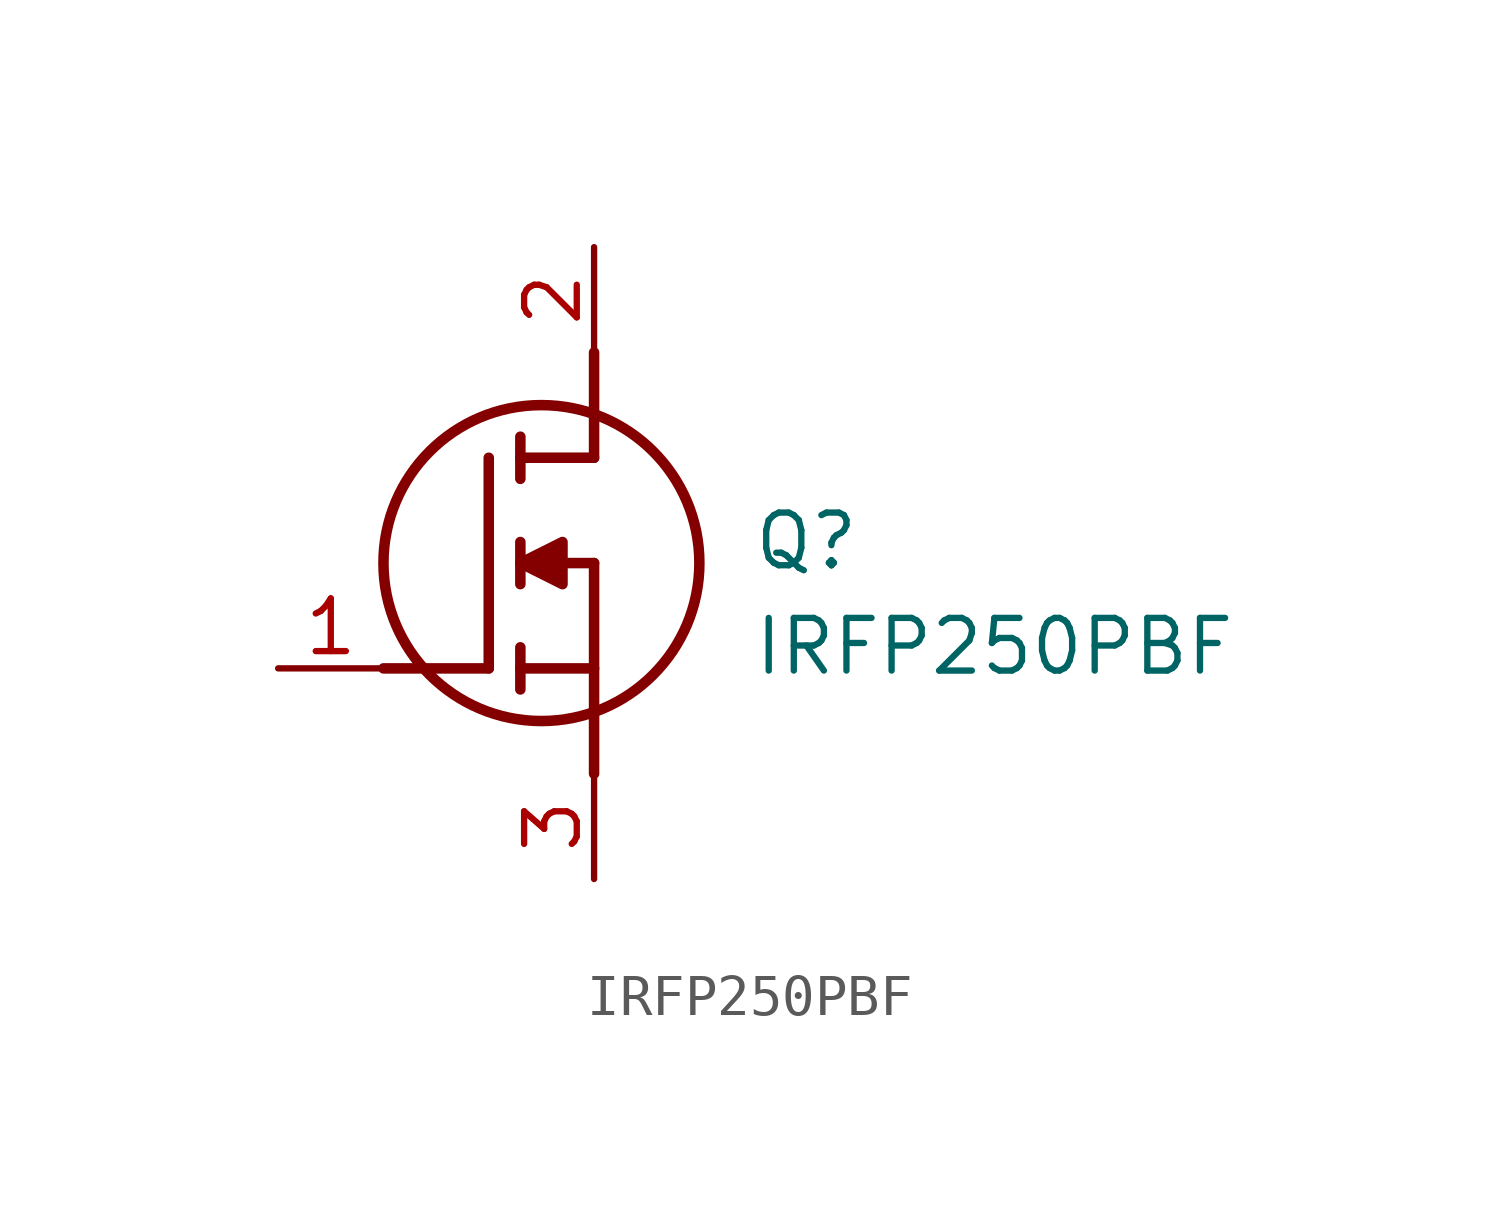
<source format=kicad_sym>
(kicad_symbol_lib
  (version 20211014)
  (generator SamacSys_ECAD_Model)
  (symbol "IRFP250PBF"
    (pin_names hide)
    (property "Reference" "Q"
      (at 11.43 3.81 0)
      (effects (font (size 1.27 1.27)) (justify left top)))
    (property "Value" "IRFP250PBF"
      (at 11.43 1.27 0)
      (effects (font (size 1.27 1.27)) (justify left top)))
    (polyline
      (pts (xy 7.62 2.54) (xy 7.62 -2.54))
      (stroke (width 0.254) (type default))
      (fill (type none)))
    (polyline
      (pts (xy 7.62 5.08) (xy 7.62 7.62))
      (stroke (width 0.254) (type default))
      (fill (type none)))
    (polyline
      (pts (xy 2.54 0) (xy 5.08 0))
      (stroke (width 0.254) (type default))
      (fill (type none)))
    (polyline
      (pts (xy 5.08 5.08) (xy 5.08 0))
      (stroke (width 0.254) (type default))
      (fill (type none)))
    (polyline
      (pts (xy 7.62 2.54) (xy 5.842 2.54))
      (stroke (width 0.254) (type default))
      (fill (type none)))
    (polyline
      (pts (xy 7.62 5.08) (xy 5.842 5.08))
      (stroke (width 0.254) (type default))
      (fill (type none)))
    (polyline
      (pts (xy 5.842 0) (xy 7.62 0))
      (stroke (width 0.254) (type default))
      (fill (type none)))
    (polyline
      (pts (xy 5.842 5.588) (xy 5.842 4.572))
      (stroke (width 0.254) (type default))
      (fill (type none)))
    (polyline
      (pts (xy 5.842 -0.508) (xy 5.842 0.508))
      (stroke (width 0.254) (type default))
      (fill (type none)))
    (polyline
      (pts (xy 5.842 2.032) (xy 5.842 3.048))
      (stroke (width 0.254) (type default))
      (fill (type none)))
    (circle
      (center 6.35 2.54)
      (radius 3.81)
      (stroke (width 0.254) (type default))
      (fill (type none)))
    (polyline
      (pts (xy 5.842 2.54) (xy 6.858 3.048) (xy 6.858 2.032) (xy 5.842 2.54))
      (stroke (width 0.254) (type default))
      (fill (type outline)))
    (pin passive line
      (at 0 0 0)
      (length 2.54)
      (name "G" (effects (font (size 1.27 1.27))))
      (number "1" (effects (font (size 1.27 1.27)))))
    (pin passive line
      (at 7.62 10.16 270)
      (length 2.54)
      (name "D" (effects (font (size 1.27 1.27))))
      (number "2" (effects (font (size 1.27 1.27)))))
    (pin passive line
      (at 7.62 -5.08 90)
      (length 2.54)
      (name "S" (effects (font (size 1.27 1.27))))
      (number "3" (effects (font (size 1.27 1.27)))))))
</source>
